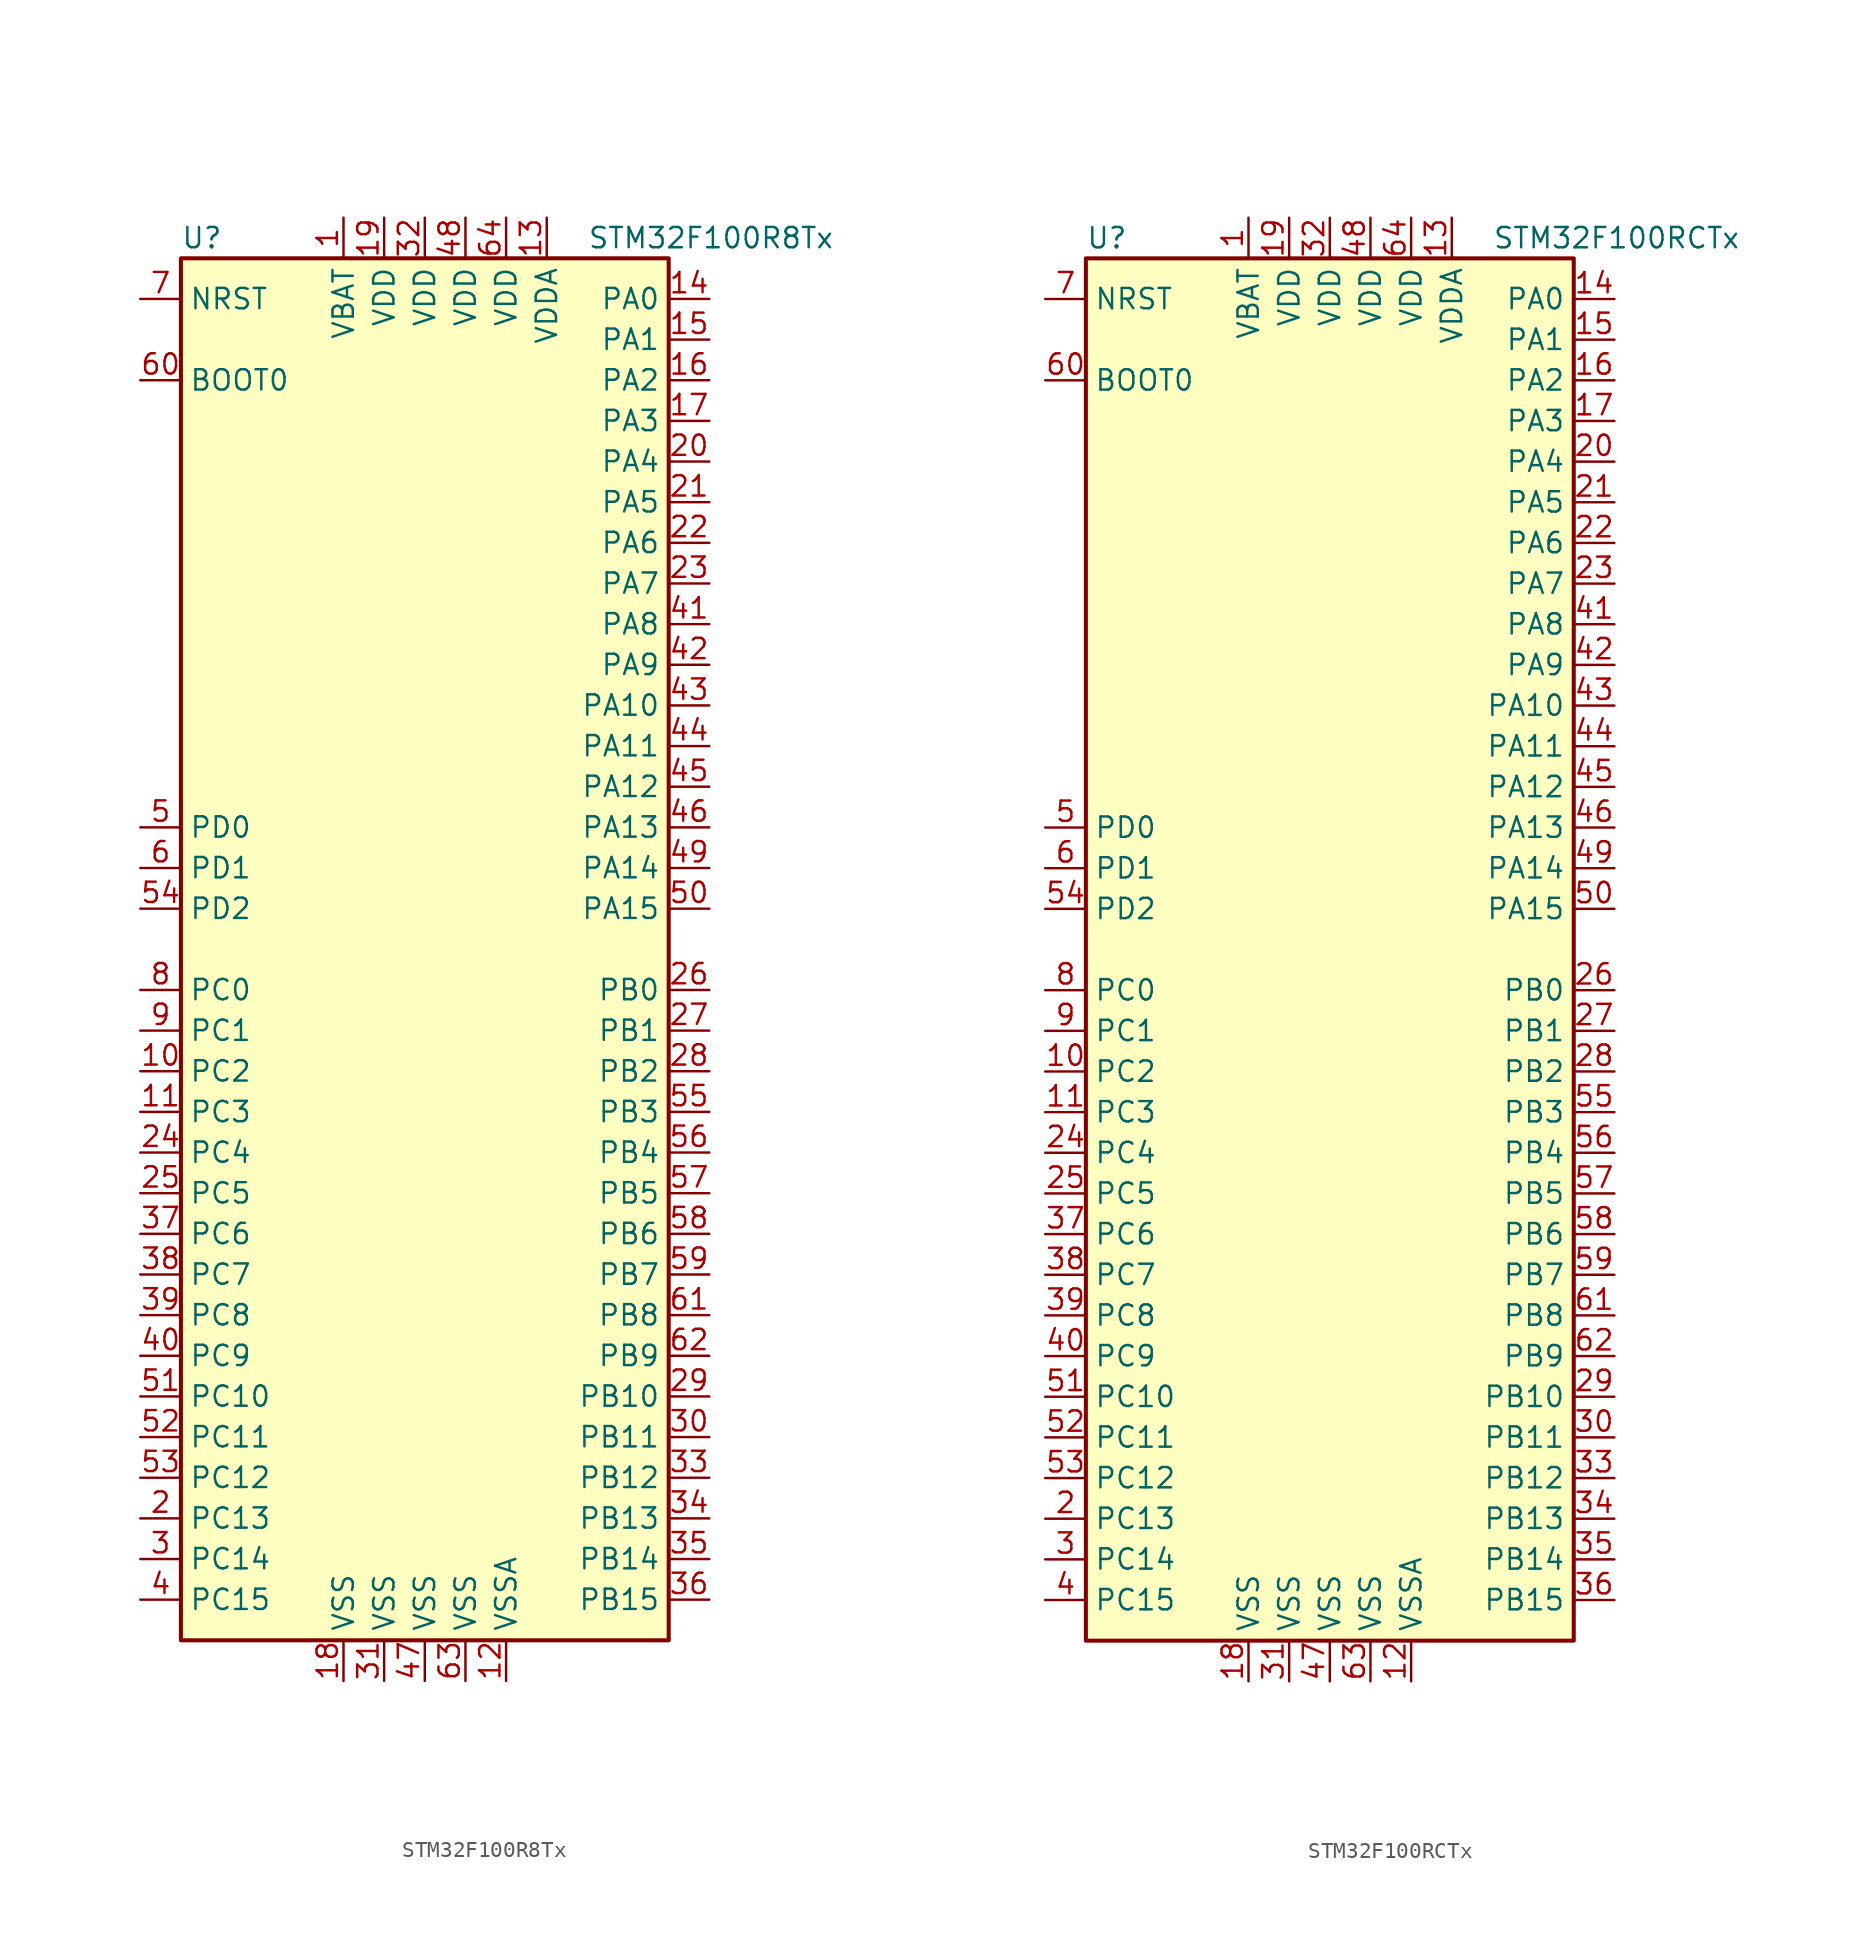
<source format=kicad_sym>
(kicad_symbol_lib
  (version 20201005)
  (generator kicad_symbol_editor)
  (symbol "STM32F100R8Tx"
    (property "Reference" "U"
      (at -15.24 44.45 0)
      (effects (font (size 1.27 1.27)) (justify left)))
    (property "Value" "STM32F100R8Tx"
      (at 10.16 44.45 0)
      (effects (font (size 1.27 1.27)) (justify left)))
    (symbol "STM32F100R8Tx_0_1"
      (rectangle (start -15.24 -43.18) (end 15.24 43.18) (stroke (width 0.254)) (fill (type background))))
    (symbol "STM32F100R8Tx_1_1"
      (pin input line (at -17.78 35.56 0) (length 2.54) (name "BOOT0" (effects (font (size 1.27 1.27)))) (number "60" (effects (font (size 1.27 1.27)))))
      (pin input line (at -17.78 40.64 0) (length 2.54) (name "NRST" (effects (font (size 1.27 1.27)))) (number "7" (effects (font (size 1.27 1.27)))))
      (pin bidirectional line (at 17.78 40.64 180) (length 2.54) (name "PA0" (effects (font (size 1.27 1.27)))) (number "14" (effects (font (size 1.27 1.27)))))
      (pin bidirectional line (at 17.78 38.1 180) (length 2.54) (name "PA1" (effects (font (size 1.27 1.27)))) (number "15" (effects (font (size 1.27 1.27)))))
      (pin bidirectional line (at 17.78 15.24 180) (length 2.54) (name "PA10" (effects (font (size 1.27 1.27)))) (number "43" (effects (font (size 1.27 1.27)))))
      (pin bidirectional line (at 17.78 12.7 180) (length 2.54) (name "PA11" (effects (font (size 1.27 1.27)))) (number "44" (effects (font (size 1.27 1.27)))))
      (pin bidirectional line (at 17.78 10.16 180) (length 2.54) (name "PA12" (effects (font (size 1.27 1.27)))) (number "45" (effects (font (size 1.27 1.27)))))
      (pin bidirectional line (at 17.78 7.62 180) (length 2.54) (name "PA13" (effects (font (size 1.27 1.27)))) (number "46" (effects (font (size 1.27 1.27)))))
      (pin bidirectional line (at 17.78 5.08 180) (length 2.54) (name "PA14" (effects (font (size 1.27 1.27)))) (number "49" (effects (font (size 1.27 1.27)))))
      (pin bidirectional line (at 17.78 2.54 180) (length 2.54) (name "PA15" (effects (font (size 1.27 1.27)))) (number "50" (effects (font (size 1.27 1.27)))))
      (pin bidirectional line (at 17.78 35.56 180) (length 2.54) (name "PA2" (effects (font (size 1.27 1.27)))) (number "16" (effects (font (size 1.27 1.27)))))
      (pin bidirectional line (at 17.78 33.02 180) (length 2.54) (name "PA3" (effects (font (size 1.27 1.27)))) (number "17" (effects (font (size 1.27 1.27)))))
      (pin bidirectional line (at 17.78 30.48 180) (length 2.54) (name "PA4" (effects (font (size 1.27 1.27)))) (number "20" (effects (font (size 1.27 1.27)))))
      (pin bidirectional line (at 17.78 27.94 180) (length 2.54) (name "PA5" (effects (font (size 1.27 1.27)))) (number "21" (effects (font (size 1.27 1.27)))))
      (pin bidirectional line (at 17.78 25.4 180) (length 2.54) (name "PA6" (effects (font (size 1.27 1.27)))) (number "22" (effects (font (size 1.27 1.27)))))
      (pin bidirectional line (at 17.78 22.86 180) (length 2.54) (name "PA7" (effects (font (size 1.27 1.27)))) (number "23" (effects (font (size 1.27 1.27)))))
      (pin bidirectional line (at 17.78 20.32 180) (length 2.54) (name "PA8" (effects (font (size 1.27 1.27)))) (number "41" (effects (font (size 1.27 1.27)))))
      (pin bidirectional line (at 17.78 17.78 180) (length 2.54) (name "PA9" (effects (font (size 1.27 1.27)))) (number "42" (effects (font (size 1.27 1.27)))))
      (pin bidirectional line (at 17.78 -2.54 180) (length 2.54) (name "PB0" (effects (font (size 1.27 1.27)))) (number "26" (effects (font (size 1.27 1.27)))))
      (pin bidirectional line (at 17.78 -5.08 180) (length 2.54) (name "PB1" (effects (font (size 1.27 1.27)))) (number "27" (effects (font (size 1.27 1.27)))))
      (pin bidirectional line (at 17.78 -27.94 180) (length 2.54) (name "PB10" (effects (font (size 1.27 1.27)))) (number "29" (effects (font (size 1.27 1.27)))))
      (pin bidirectional line (at 17.78 -30.48 180) (length 2.54) (name "PB11" (effects (font (size 1.27 1.27)))) (number "30" (effects (font (size 1.27 1.27)))))
      (pin bidirectional line (at 17.78 -33.02 180) (length 2.54) (name "PB12" (effects (font (size 1.27 1.27)))) (number "33" (effects (font (size 1.27 1.27)))))
      (pin bidirectional line (at 17.78 -35.56 180) (length 2.54) (name "PB13" (effects (font (size 1.27 1.27)))) (number "34" (effects (font (size 1.27 1.27)))))
      (pin bidirectional line (at 17.78 -38.1 180) (length 2.54) (name "PB14" (effects (font (size 1.27 1.27)))) (number "35" (effects (font (size 1.27 1.27)))))
      (pin bidirectional line (at 17.78 -40.64 180) (length 2.54) (name "PB15" (effects (font (size 1.27 1.27)))) (number "36" (effects (font (size 1.27 1.27)))))
      (pin bidirectional line (at 17.78 -7.62 180) (length 2.54) (name "PB2" (effects (font (size 1.27 1.27)))) (number "28" (effects (font (size 1.27 1.27)))))
      (pin bidirectional line (at 17.78 -10.16 180) (length 2.54) (name "PB3" (effects (font (size 1.27 1.27)))) (number "55" (effects (font (size 1.27 1.27)))))
      (pin bidirectional line (at 17.78 -12.7 180) (length 2.54) (name "PB4" (effects (font (size 1.27 1.27)))) (number "56" (effects (font (size 1.27 1.27)))))
      (pin bidirectional line (at 17.78 -15.24 180) (length 2.54) (name "PB5" (effects (font (size 1.27 1.27)))) (number "57" (effects (font (size 1.27 1.27)))))
      (pin bidirectional line (at 17.78 -17.78 180) (length 2.54) (name "PB6" (effects (font (size 1.27 1.27)))) (number "58" (effects (font (size 1.27 1.27)))))
      (pin bidirectional line (at 17.78 -20.32 180) (length 2.54) (name "PB7" (effects (font (size 1.27 1.27)))) (number "59" (effects (font (size 1.27 1.27)))))
      (pin bidirectional line (at 17.78 -22.86 180) (length 2.54) (name "PB8" (effects (font (size 1.27 1.27)))) (number "61" (effects (font (size 1.27 1.27)))))
      (pin bidirectional line (at 17.78 -25.4 180) (length 2.54) (name "PB9" (effects (font (size 1.27 1.27)))) (number "62" (effects (font (size 1.27 1.27)))))
      (pin bidirectional line (at -17.78 -2.54 0) (length 2.54) (name "PC0" (effects (font (size 1.27 1.27)))) (number "8" (effects (font (size 1.27 1.27)))))
      (pin bidirectional line (at -17.78 -5.08 0) (length 2.54) (name "PC1" (effects (font (size 1.27 1.27)))) (number "9" (effects (font (size 1.27 1.27)))))
      (pin bidirectional line (at -17.78 -27.94 0) (length 2.54) (name "PC10" (effects (font (size 1.27 1.27)))) (number "51" (effects (font (size 1.27 1.27)))))
      (pin bidirectional line (at -17.78 -30.48 0) (length 2.54) (name "PC11" (effects (font (size 1.27 1.27)))) (number "52" (effects (font (size 1.27 1.27)))))
      (pin bidirectional line (at -17.78 -33.02 0) (length 2.54) (name "PC12" (effects (font (size 1.27 1.27)))) (number "53" (effects (font (size 1.27 1.27)))))
      (pin bidirectional line (at -17.78 -35.56 0) (length 2.54) (name "PC13" (effects (font (size 1.27 1.27)))) (number "2" (effects (font (size 1.27 1.27)))))
      (pin bidirectional line (at -17.78 -38.1 0) (length 2.54) (name "PC14" (effects (font (size 1.27 1.27)))) (number "3" (effects (font (size 1.27 1.27)))))
      (pin bidirectional line (at -17.78 -40.64 0) (length 2.54) (name "PC15" (effects (font (size 1.27 1.27)))) (number "4" (effects (font (size 1.27 1.27)))))
      (pin bidirectional line (at -17.78 -7.62 0) (length 2.54) (name "PC2" (effects (font (size 1.27 1.27)))) (number "10" (effects (font (size 1.27 1.27)))))
      (pin bidirectional line (at -17.78 -10.16 0) (length 2.54) (name "PC3" (effects (font (size 1.27 1.27)))) (number "11" (effects (font (size 1.27 1.27)))))
      (pin bidirectional line (at -17.78 -12.7 0) (length 2.54) (name "PC4" (effects (font (size 1.27 1.27)))) (number "24" (effects (font (size 1.27 1.27)))))
      (pin bidirectional line (at -17.78 -15.24 0) (length 2.54) (name "PC5" (effects (font (size 1.27 1.27)))) (number "25" (effects (font (size 1.27 1.27)))))
      (pin bidirectional line (at -17.78 -17.78 0) (length 2.54) (name "PC6" (effects (font (size 1.27 1.27)))) (number "37" (effects (font (size 1.27 1.27)))))
      (pin bidirectional line (at -17.78 -20.32 0) (length 2.54) (name "PC7" (effects (font (size 1.27 1.27)))) (number "38" (effects (font (size 1.27 1.27)))))
      (pin bidirectional line (at -17.78 -22.86 0) (length 2.54) (name "PC8" (effects (font (size 1.27 1.27)))) (number "39" (effects (font (size 1.27 1.27)))))
      (pin bidirectional line (at -17.78 -25.4 0) (length 2.54) (name "PC9" (effects (font (size 1.27 1.27)))) (number "40" (effects (font (size 1.27 1.27)))))
      (pin input line (at -17.78 7.62 0) (length 2.54) (name "PD0" (effects (font (size 1.27 1.27)))) (number "5" (effects (font (size 1.27 1.27)))))
      (pin input line (at -17.78 5.08 0) (length 2.54) (name "PD1" (effects (font (size 1.27 1.27)))) (number "6" (effects (font (size 1.27 1.27)))))
      (pin bidirectional line (at -17.78 2.54 0) (length 2.54) (name "PD2" (effects (font (size 1.27 1.27)))) (number "54" (effects (font (size 1.27 1.27)))))
      (pin power_in line (at -5.08 45.72 270) (length 2.54) (name "VBAT" (effects (font (size 1.27 1.27)))) (number "1" (effects (font (size 1.27 1.27)))))
      (pin power_in line (at -2.54 45.72 270) (length 2.54) (name "VDD" (effects (font (size 1.27 1.27)))) (number "19" (effects (font (size 1.27 1.27)))))
      (pin power_in line (at 0 45.72 270) (length 2.54) (name "VDD" (effects (font (size 1.27 1.27)))) (number "32" (effects (font (size 1.27 1.27)))))
      (pin power_in line (at 2.54 45.72 270) (length 2.54) (name "VDD" (effects (font (size 1.27 1.27)))) (number "48" (effects (font (size 1.27 1.27)))))
      (pin power_in line (at 5.08 45.72 270) (length 2.54) (name "VDD" (effects (font (size 1.27 1.27)))) (number "64" (effects (font (size 1.27 1.27)))))
      (pin power_in line (at 7.62 45.72 270) (length 2.54) (name "VDDA" (effects (font (size 1.27 1.27)))) (number "13" (effects (font (size 1.27 1.27)))))
      (pin power_in line (at -5.08 -45.72 90) (length 2.54) (name "VSS" (effects (font (size 1.27 1.27)))) (number "18" (effects (font (size 1.27 1.27)))))
      (pin power_in line (at -2.54 -45.72 90) (length 2.54) (name "VSS" (effects (font (size 1.27 1.27)))) (number "31" (effects (font (size 1.27 1.27)))))
      (pin power_in line (at 0 -45.72 90) (length 2.54) (name "VSS" (effects (font (size 1.27 1.27)))) (number "47" (effects (font (size 1.27 1.27)))))
      (pin power_in line (at 2.54 -45.72 90) (length 2.54) (name "VSS" (effects (font (size 1.27 1.27)))) (number "63" (effects (font (size 1.27 1.27)))))
      (pin power_in line (at 5.08 -45.72 90) (length 2.54) (name "VSSA" (effects (font (size 1.27 1.27)))) (number "12" (effects (font (size 1.27 1.27)))))))
  (symbol "STM32F100RCTx"
    (property "Reference" "U"
      (at -15.24 44.45 0)
      (effects (font (size 1.27 1.27)) (justify left)))
    (property "Value" "STM32F100RCTx"
      (at 10.16 44.45 0)
      (effects (font (size 1.27 1.27)) (justify left)))
    (symbol "STM32F100RCTx_0_1"
      (rectangle (start -15.24 -43.18) (end 15.24 43.18) (stroke (width 0.254)) (fill (type background))))
    (symbol "STM32F100RCTx_1_1"
      (pin input line (at -17.78 35.56 0) (length 2.54) (name "BOOT0" (effects (font (size 1.27 1.27)))) (number "60" (effects (font (size 1.27 1.27)))))
      (pin input line (at -17.78 40.64 0) (length 2.54) (name "NRST" (effects (font (size 1.27 1.27)))) (number "7" (effects (font (size 1.27 1.27)))))
      (pin bidirectional line (at 17.78 40.64 180) (length 2.54) (name "PA0" (effects (font (size 1.27 1.27)))) (number "14" (effects (font (size 1.27 1.27)))))
      (pin bidirectional line (at 17.78 38.1 180) (length 2.54) (name "PA1" (effects (font (size 1.27 1.27)))) (number "15" (effects (font (size 1.27 1.27)))))
      (pin bidirectional line (at 17.78 15.24 180) (length 2.54) (name "PA10" (effects (font (size 1.27 1.27)))) (number "43" (effects (font (size 1.27 1.27)))))
      (pin bidirectional line (at 17.78 12.7 180) (length 2.54) (name "PA11" (effects (font (size 1.27 1.27)))) (number "44" (effects (font (size 1.27 1.27)))))
      (pin bidirectional line (at 17.78 10.16 180) (length 2.54) (name "PA12" (effects (font (size 1.27 1.27)))) (number "45" (effects (font (size 1.27 1.27)))))
      (pin bidirectional line (at 17.78 7.62 180) (length 2.54) (name "PA13" (effects (font (size 1.27 1.27)))) (number "46" (effects (font (size 1.27 1.27)))))
      (pin bidirectional line (at 17.78 5.08 180) (length 2.54) (name "PA14" (effects (font (size 1.27 1.27)))) (number "49" (effects (font (size 1.27 1.27)))))
      (pin bidirectional line (at 17.78 2.54 180) (length 2.54) (name "PA15" (effects (font (size 1.27 1.27)))) (number "50" (effects (font (size 1.27 1.27)))))
      (pin bidirectional line (at 17.78 35.56 180) (length 2.54) (name "PA2" (effects (font (size 1.27 1.27)))) (number "16" (effects (font (size 1.27 1.27)))))
      (pin bidirectional line (at 17.78 33.02 180) (length 2.54) (name "PA3" (effects (font (size 1.27 1.27)))) (number "17" (effects (font (size 1.27 1.27)))))
      (pin bidirectional line (at 17.78 30.48 180) (length 2.54) (name "PA4" (effects (font (size 1.27 1.27)))) (number "20" (effects (font (size 1.27 1.27)))))
      (pin bidirectional line (at 17.78 27.94 180) (length 2.54) (name "PA5" (effects (font (size 1.27 1.27)))) (number "21" (effects (font (size 1.27 1.27)))))
      (pin bidirectional line (at 17.78 25.4 180) (length 2.54) (name "PA6" (effects (font (size 1.27 1.27)))) (number "22" (effects (font (size 1.27 1.27)))))
      (pin bidirectional line (at 17.78 22.86 180) (length 2.54) (name "PA7" (effects (font (size 1.27 1.27)))) (number "23" (effects (font (size 1.27 1.27)))))
      (pin bidirectional line (at 17.78 20.32 180) (length 2.54) (name "PA8" (effects (font (size 1.27 1.27)))) (number "41" (effects (font (size 1.27 1.27)))))
      (pin bidirectional line (at 17.78 17.78 180) (length 2.54) (name "PA9" (effects (font (size 1.27 1.27)))) (number "42" (effects (font (size 1.27 1.27)))))
      (pin bidirectional line (at 17.78 -2.54 180) (length 2.54) (name "PB0" (effects (font (size 1.27 1.27)))) (number "26" (effects (font (size 1.27 1.27)))))
      (pin bidirectional line (at 17.78 -5.08 180) (length 2.54) (name "PB1" (effects (font (size 1.27 1.27)))) (number "27" (effects (font (size 1.27 1.27)))))
      (pin bidirectional line (at 17.78 -27.94 180) (length 2.54) (name "PB10" (effects (font (size 1.27 1.27)))) (number "29" (effects (font (size 1.27 1.27)))))
      (pin bidirectional line (at 17.78 -30.48 180) (length 2.54) (name "PB11" (effects (font (size 1.27 1.27)))) (number "30" (effects (font (size 1.27 1.27)))))
      (pin bidirectional line (at 17.78 -33.02 180) (length 2.54) (name "PB12" (effects (font (size 1.27 1.27)))) (number "33" (effects (font (size 1.27 1.27)))))
      (pin bidirectional line (at 17.78 -35.56 180) (length 2.54) (name "PB13" (effects (font (size 1.27 1.27)))) (number "34" (effects (font (size 1.27 1.27)))))
      (pin bidirectional line (at 17.78 -38.1 180) (length 2.54) (name "PB14" (effects (font (size 1.27 1.27)))) (number "35" (effects (font (size 1.27 1.27)))))
      (pin bidirectional line (at 17.78 -40.64 180) (length 2.54) (name "PB15" (effects (font (size 1.27 1.27)))) (number "36" (effects (font (size 1.27 1.27)))))
      (pin bidirectional line (at 17.78 -7.62 180) (length 2.54) (name "PB2" (effects (font (size 1.27 1.27)))) (number "28" (effects (font (size 1.27 1.27)))))
      (pin bidirectional line (at 17.78 -10.16 180) (length 2.54) (name "PB3" (effects (font (size 1.27 1.27)))) (number "55" (effects (font (size 1.27 1.27)))))
      (pin bidirectional line (at 17.78 -12.7 180) (length 2.54) (name "PB4" (effects (font (size 1.27 1.27)))) (number "56" (effects (font (size 1.27 1.27)))))
      (pin bidirectional line (at 17.78 -15.24 180) (length 2.54) (name "PB5" (effects (font (size 1.27 1.27)))) (number "57" (effects (font (size 1.27 1.27)))))
      (pin bidirectional line (at 17.78 -17.78 180) (length 2.54) (name "PB6" (effects (font (size 1.27 1.27)))) (number "58" (effects (font (size 1.27 1.27)))))
      (pin bidirectional line (at 17.78 -20.32 180) (length 2.54) (name "PB7" (effects (font (size 1.27 1.27)))) (number "59" (effects (font (size 1.27 1.27)))))
      (pin bidirectional line (at 17.78 -22.86 180) (length 2.54) (name "PB8" (effects (font (size 1.27 1.27)))) (number "61" (effects (font (size 1.27 1.27)))))
      (pin bidirectional line (at 17.78 -25.4 180) (length 2.54) (name "PB9" (effects (font (size 1.27 1.27)))) (number "62" (effects (font (size 1.27 1.27)))))
      (pin bidirectional line (at -17.78 -2.54 0) (length 2.54) (name "PC0" (effects (font (size 1.27 1.27)))) (number "8" (effects (font (size 1.27 1.27)))))
      (pin bidirectional line (at -17.78 -5.08 0) (length 2.54) (name "PC1" (effects (font (size 1.27 1.27)))) (number "9" (effects (font (size 1.27 1.27)))))
      (pin bidirectional line (at -17.78 -27.94 0) (length 2.54) (name "PC10" (effects (font (size 1.27 1.27)))) (number "51" (effects (font (size 1.27 1.27)))))
      (pin bidirectional line (at -17.78 -30.48 0) (length 2.54) (name "PC11" (effects (font (size 1.27 1.27)))) (number "52" (effects (font (size 1.27 1.27)))))
      (pin bidirectional line (at -17.78 -33.02 0) (length 2.54) (name "PC12" (effects (font (size 1.27 1.27)))) (number "53" (effects (font (size 1.27 1.27)))))
      (pin bidirectional line (at -17.78 -35.56 0) (length 2.54) (name "PC13" (effects (font (size 1.27 1.27)))) (number "2" (effects (font (size 1.27 1.27)))))
      (pin bidirectional line (at -17.78 -38.1 0) (length 2.54) (name "PC14" (effects (font (size 1.27 1.27)))) (number "3" (effects (font (size 1.27 1.27)))))
      (pin bidirectional line (at -17.78 -40.64 0) (length 2.54) (name "PC15" (effects (font (size 1.27 1.27)))) (number "4" (effects (font (size 1.27 1.27)))))
      (pin bidirectional line (at -17.78 -7.62 0) (length 2.54) (name "PC2" (effects (font (size 1.27 1.27)))) (number "10" (effects (font (size 1.27 1.27)))))
      (pin bidirectional line (at -17.78 -10.16 0) (length 2.54) (name "PC3" (effects (font (size 1.27 1.27)))) (number "11" (effects (font (size 1.27 1.27)))))
      (pin bidirectional line (at -17.78 -12.7 0) (length 2.54) (name "PC4" (effects (font (size 1.27 1.27)))) (number "24" (effects (font (size 1.27 1.27)))))
      (pin bidirectional line (at -17.78 -15.24 0) (length 2.54) (name "PC5" (effects (font (size 1.27 1.27)))) (number "25" (effects (font (size 1.27 1.27)))))
      (pin bidirectional line (at -17.78 -17.78 0) (length 2.54) (name "PC6" (effects (font (size 1.27 1.27)))) (number "37" (effects (font (size 1.27 1.27)))))
      (pin bidirectional line (at -17.78 -20.32 0) (length 2.54) (name "PC7" (effects (font (size 1.27 1.27)))) (number "38" (effects (font (size 1.27 1.27)))))
      (pin bidirectional line (at -17.78 -22.86 0) (length 2.54) (name "PC8" (effects (font (size 1.27 1.27)))) (number "39" (effects (font (size 1.27 1.27)))))
      (pin bidirectional line (at -17.78 -25.4 0) (length 2.54) (name "PC9" (effects (font (size 1.27 1.27)))) (number "40" (effects (font (size 1.27 1.27)))))
      (pin input line (at -17.78 7.62 0) (length 2.54) (name "PD0" (effects (font (size 1.27 1.27)))) (number "5" (effects (font (size 1.27 1.27)))))
      (pin input line (at -17.78 5.08 0) (length 2.54) (name "PD1" (effects (font (size 1.27 1.27)))) (number "6" (effects (font (size 1.27 1.27)))))
      (pin bidirectional line (at -17.78 2.54 0) (length 2.54) (name "PD2" (effects (font (size 1.27 1.27)))) (number "54" (effects (font (size 1.27 1.27)))))
      (pin power_in line (at -5.08 45.72 270) (length 2.54) (name "VBAT" (effects (font (size 1.27 1.27)))) (number "1" (effects (font (size 1.27 1.27)))))
      (pin power_in line (at -2.54 45.72 270) (length 2.54) (name "VDD" (effects (font (size 1.27 1.27)))) (number "19" (effects (font (size 1.27 1.27)))))
      (pin power_in line (at 0 45.72 270) (length 2.54) (name "VDD" (effects (font (size 1.27 1.27)))) (number "32" (effects (font (size 1.27 1.27)))))
      (pin power_in line (at 2.54 45.72 270) (length 2.54) (name "VDD" (effects (font (size 1.27 1.27)))) (number "48" (effects (font (size 1.27 1.27)))))
      (pin power_in line (at 5.08 45.72 270) (length 2.54) (name "VDD" (effects (font (size 1.27 1.27)))) (number "64" (effects (font (size 1.27 1.27)))))
      (pin power_in line (at 7.62 45.72 270) (length 2.54) (name "VDDA" (effects (font (size 1.27 1.27)))) (number "13" (effects (font (size 1.27 1.27)))))
      (pin power_in line (at -5.08 -45.72 90) (length 2.54) (name "VSS" (effects (font (size 1.27 1.27)))) (number "18" (effects (font (size 1.27 1.27)))))
      (pin power_in line (at -2.54 -45.72 90) (length 2.54) (name "VSS" (effects (font (size 1.27 1.27)))) (number "31" (effects (font (size 1.27 1.27)))))
      (pin power_in line (at 0 -45.72 90) (length 2.54) (name "VSS" (effects (font (size 1.27 1.27)))) (number "47" (effects (font (size 1.27 1.27)))))
      (pin power_in line (at 2.54 -45.72 90) (length 2.54) (name "VSS" (effects (font (size 1.27 1.27)))) (number "63" (effects (font (size 1.27 1.27)))))
      (pin power_in line (at 5.08 -45.72 90) (length 2.54) (name "VSSA" (effects (font (size 1.27 1.27)))) (number "12" (effects (font (size 1.27 1.27))))))))
</source>
